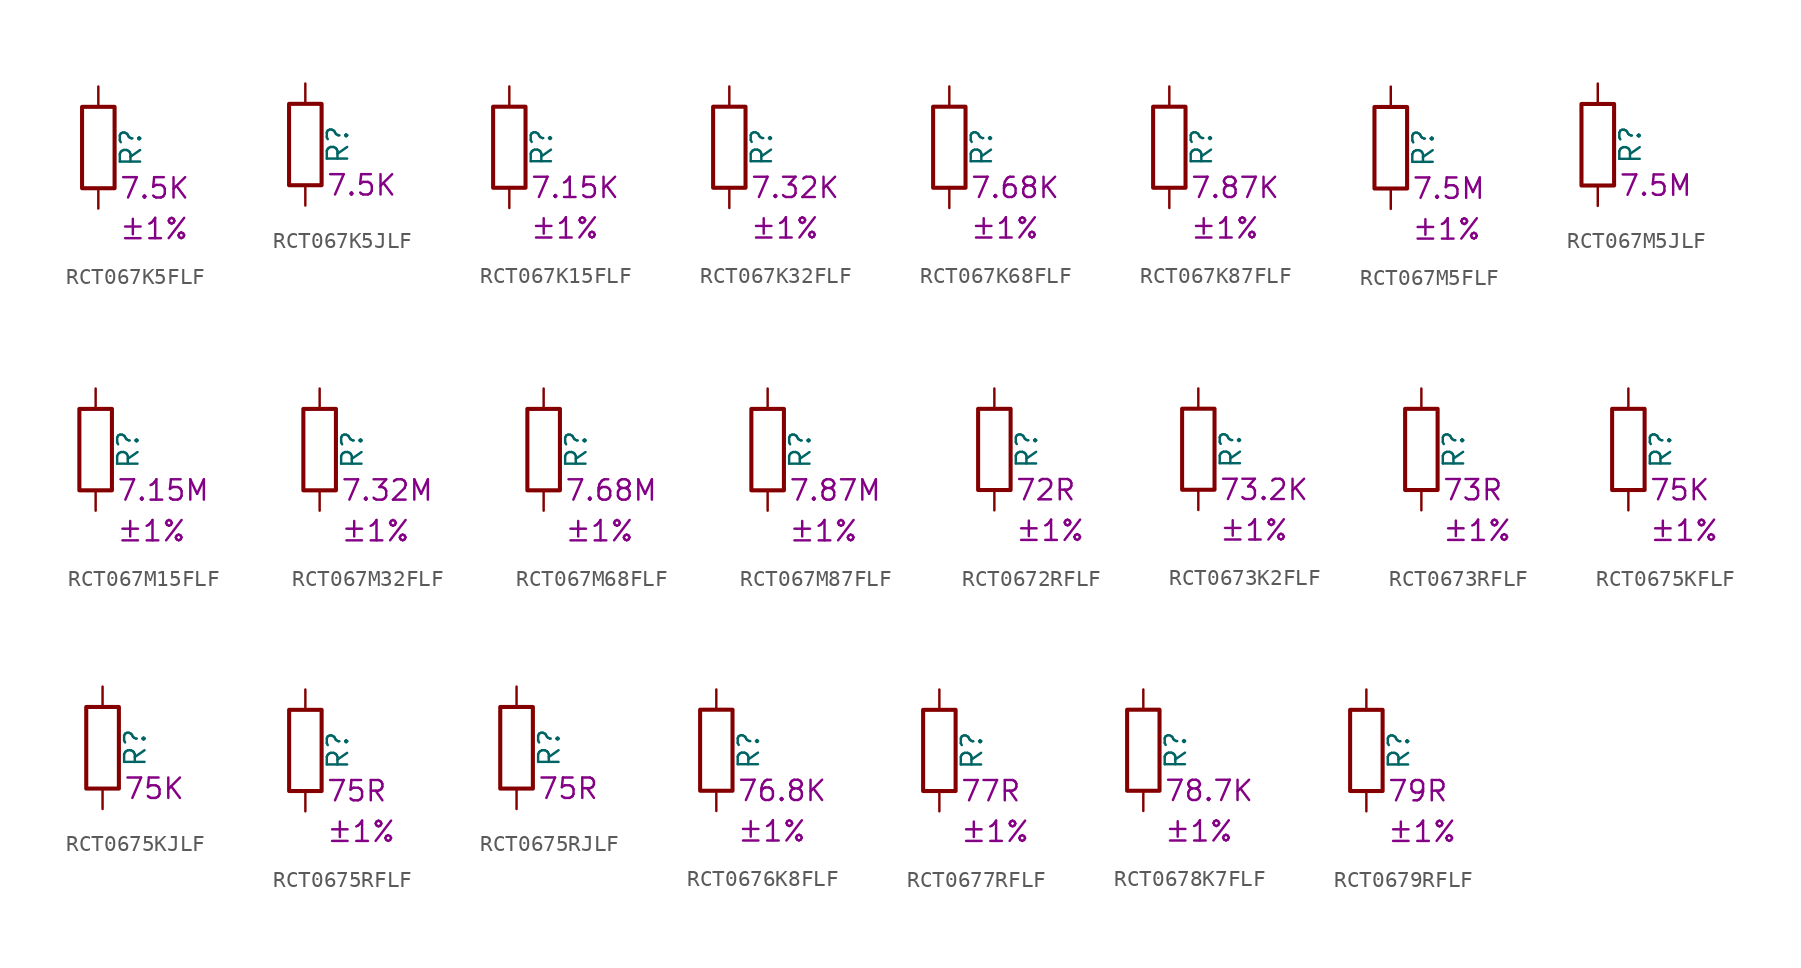
<source format=kicad_sym>
(kicad_symbol_lib
  (version 20220914)
  (generator kicad_symbol_editor)
  (symbol "RCT067K5FLF"
    (pin_numbers hide)
    (pin_names
      (offset 0))
    (property "Reference" "R"
      (at 2.032 0 90)
      (effects (font (size 1.27 1.27))))
    (property "Resistance" "7.5K"
      (at 1.27 -2.54 0)
      (effects (font (size 1.27 1.27)) (justify left)))
    (property "Tolerance" "±1%"
      (at 1.27 -5.08 0)
      (effects (font (size 1.27 1.27)) (justify left)))
    (symbol "RCT067K5FLF_0_1"
      (rectangle (start -1.016 -2.54) (end 1.016 2.54) (stroke (width 0.254) (type default)) (fill (type none))))
    (symbol "RCT067K5FLF_1_1"
      (pin passive line (at 0 3.81 270) (length 1.27) (name "~" (effects (font (size 1.27 1.27)))) (number "1" (effects (font (size 1.27 1.27)))))
      (pin passive line (at 0 -3.81 90) (length 1.27) (name "~" (effects (font (size 1.27 1.27)))) (number "2" (effects (font (size 1.27 1.27)))))))
  (symbol "RCT067K5JLF"
    (pin_numbers hide)
    (pin_names
      (offset 0))
    (property "Reference" "R"
      (at 2.032 0 90)
      (effects (font (size 1.27 1.27))))
    (property "Resistance" "7.5K"
      (at 1.27 -2.54 0)
      (effects (font (size 1.27 1.27)) (justify left)))
    (symbol "RCT067K5JLF_0_1"
      (rectangle (start -1.016 -2.54) (end 1.016 2.54) (stroke (width 0.254) (type default)) (fill (type none))))
    (symbol "RCT067K5JLF_1_1"
      (pin passive line (at 0 3.81 270) (length 1.27) (name "~" (effects (font (size 1.27 1.27)))) (number "1" (effects (font (size 1.27 1.27)))))
      (pin passive line (at 0 -3.81 90) (length 1.27) (name "~" (effects (font (size 1.27 1.27)))) (number "2" (effects (font (size 1.27 1.27)))))))
  (symbol "RCT067K15FLF"
    (pin_numbers hide)
    (pin_names
      (offset 0))
    (property "Reference" "R"
      (at 2.032 0 90)
      (effects (font (size 1.27 1.27))))
    (property "Resistance" "7.15K"
      (at 1.27 -2.54 0)
      (effects (font (size 1.27 1.27)) (justify left)))
    (property "Tolerance" "±1%"
      (at 1.27 -5.08 0)
      (effects (font (size 1.27 1.27)) (justify left)))
    (symbol "RCT067K15FLF_0_1"
      (rectangle (start -1.016 -2.54) (end 1.016 2.54) (stroke (width 0.254) (type default)) (fill (type none))))
    (symbol "RCT067K15FLF_1_1"
      (pin passive line (at 0 3.81 270) (length 1.27) (name "~" (effects (font (size 1.27 1.27)))) (number "1" (effects (font (size 1.27 1.27)))))
      (pin passive line (at 0 -3.81 90) (length 1.27) (name "~" (effects (font (size 1.27 1.27)))) (number "2" (effects (font (size 1.27 1.27)))))))
  (symbol "RCT067K32FLF"
    (pin_numbers hide)
    (pin_names
      (offset 0))
    (property "Reference" "R"
      (at 2.032 0 90)
      (effects (font (size 1.27 1.27))))
    (property "Resistance" "7.32K"
      (at 1.27 -2.54 0)
      (effects (font (size 1.27 1.27)) (justify left)))
    (property "Tolerance" "±1%"
      (at 1.27 -5.08 0)
      (effects (font (size 1.27 1.27)) (justify left)))
    (symbol "RCT067K32FLF_0_1"
      (rectangle (start -1.016 -2.54) (end 1.016 2.54) (stroke (width 0.254) (type default)) (fill (type none))))
    (symbol "RCT067K32FLF_1_1"
      (pin passive line (at 0 3.81 270) (length 1.27) (name "~" (effects (font (size 1.27 1.27)))) (number "1" (effects (font (size 1.27 1.27)))))
      (pin passive line (at 0 -3.81 90) (length 1.27) (name "~" (effects (font (size 1.27 1.27)))) (number "2" (effects (font (size 1.27 1.27)))))))
  (symbol "RCT067K68FLF"
    (pin_numbers hide)
    (pin_names
      (offset 0))
    (property "Reference" "R"
      (at 2.032 0 90)
      (effects (font (size 1.27 1.27))))
    (property "Resistance" "7.68K"
      (at 1.27 -2.54 0)
      (effects (font (size 1.27 1.27)) (justify left)))
    (property "Tolerance" "±1%"
      (at 1.27 -5.08 0)
      (effects (font (size 1.27 1.27)) (justify left)))
    (symbol "RCT067K68FLF_0_1"
      (rectangle (start -1.016 -2.54) (end 1.016 2.54) (stroke (width 0.254) (type default)) (fill (type none))))
    (symbol "RCT067K68FLF_1_1"
      (pin passive line (at 0 3.81 270) (length 1.27) (name "~" (effects (font (size 1.27 1.27)))) (number "1" (effects (font (size 1.27 1.27)))))
      (pin passive line (at 0 -3.81 90) (length 1.27) (name "~" (effects (font (size 1.27 1.27)))) (number "2" (effects (font (size 1.27 1.27)))))))
  (symbol "RCT067K87FLF"
    (pin_numbers hide)
    (pin_names
      (offset 0))
    (property "Reference" "R"
      (at 2.032 0 90)
      (effects (font (size 1.27 1.27))))
    (property "Resistance" "7.87K"
      (at 1.27 -2.54 0)
      (effects (font (size 1.27 1.27)) (justify left)))
    (property "Tolerance" "±1%"
      (at 1.27 -5.08 0)
      (effects (font (size 1.27 1.27)) (justify left)))
    (symbol "RCT067K87FLF_0_1"
      (rectangle (start -1.016 -2.54) (end 1.016 2.54) (stroke (width 0.254) (type default)) (fill (type none))))
    (symbol "RCT067K87FLF_1_1"
      (pin passive line (at 0 3.81 270) (length 1.27) (name "~" (effects (font (size 1.27 1.27)))) (number "1" (effects (font (size 1.27 1.27)))))
      (pin passive line (at 0 -3.81 90) (length 1.27) (name "~" (effects (font (size 1.27 1.27)))) (number "2" (effects (font (size 1.27 1.27)))))))
  (symbol "RCT067M5FLF"
    (pin_numbers hide)
    (pin_names
      (offset 0))
    (property "Reference" "R"
      (at 2.032 0 90)
      (effects (font (size 1.27 1.27))))
    (property "Resistance" "7.5M"
      (at 1.27 -2.54 0)
      (effects (font (size 1.27 1.27)) (justify left)))
    (property "Tolerance" "±1%"
      (at 1.27 -5.08 0)
      (effects (font (size 1.27 1.27)) (justify left)))
    (symbol "RCT067M5FLF_0_1"
      (rectangle (start -1.016 -2.54) (end 1.016 2.54) (stroke (width 0.254) (type default)) (fill (type none))))
    (symbol "RCT067M5FLF_1_1"
      (pin passive line (at 0 3.81 270) (length 1.27) (name "~" (effects (font (size 1.27 1.27)))) (number "1" (effects (font (size 1.27 1.27)))))
      (pin passive line (at 0 -3.81 90) (length 1.27) (name "~" (effects (font (size 1.27 1.27)))) (number "2" (effects (font (size 1.27 1.27)))))))
  (symbol "RCT067M5JLF"
    (pin_numbers hide)
    (pin_names
      (offset 0))
    (property "Reference" "R"
      (at 2.032 0 90)
      (effects (font (size 1.27 1.27))))
    (property "Resistance" "7.5M"
      (at 1.27 -2.54 0)
      (effects (font (size 1.27 1.27)) (justify left)))
    (symbol "RCT067M5JLF_0_1"
      (rectangle (start -1.016 -2.54) (end 1.016 2.54) (stroke (width 0.254) (type default)) (fill (type none))))
    (symbol "RCT067M5JLF_1_1"
      (pin passive line (at 0 3.81 270) (length 1.27) (name "~" (effects (font (size 1.27 1.27)))) (number "1" (effects (font (size 1.27 1.27)))))
      (pin passive line (at 0 -3.81 90) (length 1.27) (name "~" (effects (font (size 1.27 1.27)))) (number "2" (effects (font (size 1.27 1.27)))))))
  (symbol "RCT067M15FLF"
    (pin_numbers hide)
    (pin_names
      (offset 0))
    (property "Reference" "R"
      (at 2.032 0 90)
      (effects (font (size 1.27 1.27))))
    (property "Resistance" "7.15M"
      (at 1.27 -2.54 0)
      (effects (font (size 1.27 1.27)) (justify left)))
    (property "Tolerance" "±1%"
      (at 1.27 -5.08 0)
      (effects (font (size 1.27 1.27)) (justify left)))
    (symbol "RCT067M15FLF_0_1"
      (rectangle (start -1.016 -2.54) (end 1.016 2.54) (stroke (width 0.254) (type default)) (fill (type none))))
    (symbol "RCT067M15FLF_1_1"
      (pin passive line (at 0 3.81 270) (length 1.27) (name "~" (effects (font (size 1.27 1.27)))) (number "1" (effects (font (size 1.27 1.27)))))
      (pin passive line (at 0 -3.81 90) (length 1.27) (name "~" (effects (font (size 1.27 1.27)))) (number "2" (effects (font (size 1.27 1.27)))))))
  (symbol "RCT067M32FLF"
    (pin_numbers hide)
    (pin_names
      (offset 0))
    (property "Reference" "R"
      (at 2.032 0 90)
      (effects (font (size 1.27 1.27))))
    (property "Resistance" "7.32M"
      (at 1.27 -2.54 0)
      (effects (font (size 1.27 1.27)) (justify left)))
    (property "Tolerance" "±1%"
      (at 1.27 -5.08 0)
      (effects (font (size 1.27 1.27)) (justify left)))
    (symbol "RCT067M32FLF_0_1"
      (rectangle (start -1.016 -2.54) (end 1.016 2.54) (stroke (width 0.254) (type default)) (fill (type none))))
    (symbol "RCT067M32FLF_1_1"
      (pin passive line (at 0 3.81 270) (length 1.27) (name "~" (effects (font (size 1.27 1.27)))) (number "1" (effects (font (size 1.27 1.27)))))
      (pin passive line (at 0 -3.81 90) (length 1.27) (name "~" (effects (font (size 1.27 1.27)))) (number "2" (effects (font (size 1.27 1.27)))))))
  (symbol "RCT067M68FLF"
    (pin_numbers hide)
    (pin_names
      (offset 0))
    (property "Reference" "R"
      (at 2.032 0 90)
      (effects (font (size 1.27 1.27))))
    (property "Resistance" "7.68M"
      (at 1.27 -2.54 0)
      (effects (font (size 1.27 1.27)) (justify left)))
    (property "Tolerance" "±1%"
      (at 1.27 -5.08 0)
      (effects (font (size 1.27 1.27)) (justify left)))
    (symbol "RCT067M68FLF_0_1"
      (rectangle (start -1.016 -2.54) (end 1.016 2.54) (stroke (width 0.254) (type default)) (fill (type none))))
    (symbol "RCT067M68FLF_1_1"
      (pin passive line (at 0 3.81 270) (length 1.27) (name "~" (effects (font (size 1.27 1.27)))) (number "1" (effects (font (size 1.27 1.27)))))
      (pin passive line (at 0 -3.81 90) (length 1.27) (name "~" (effects (font (size 1.27 1.27)))) (number "2" (effects (font (size 1.27 1.27)))))))
  (symbol "RCT067M87FLF"
    (pin_numbers hide)
    (pin_names
      (offset 0))
    (property "Reference" "R"
      (at 2.032 0 90)
      (effects (font (size 1.27 1.27))))
    (property "Resistance" "7.87M"
      (at 1.27 -2.54 0)
      (effects (font (size 1.27 1.27)) (justify left)))
    (property "Tolerance" "±1%"
      (at 1.27 -5.08 0)
      (effects (font (size 1.27 1.27)) (justify left)))
    (symbol "RCT067M87FLF_0_1"
      (rectangle (start -1.016 -2.54) (end 1.016 2.54) (stroke (width 0.254) (type default)) (fill (type none))))
    (symbol "RCT067M87FLF_1_1"
      (pin passive line (at 0 3.81 270) (length 1.27) (name "~" (effects (font (size 1.27 1.27)))) (number "1" (effects (font (size 1.27 1.27)))))
      (pin passive line (at 0 -3.81 90) (length 1.27) (name "~" (effects (font (size 1.27 1.27)))) (number "2" (effects (font (size 1.27 1.27)))))))
  (symbol "RCT0672RFLF"
    (pin_numbers hide)
    (pin_names
      (offset 0))
    (property "Reference" "R"
      (at 2.032 0 90)
      (effects (font (size 1.27 1.27))))
    (property "Resistance" "72R"
      (at 1.27 -2.54 0)
      (effects (font (size 1.27 1.27)) (justify left)))
    (property "Tolerance" "±1%"
      (at 1.27 -5.08 0)
      (effects (font (size 1.27 1.27)) (justify left)))
    (symbol "RCT0672RFLF_0_1"
      (rectangle (start -1.016 -2.54) (end 1.016 2.54) (stroke (width 0.254) (type default)) (fill (type none))))
    (symbol "RCT0672RFLF_1_1"
      (pin passive line (at 0 3.81 270) (length 1.27) (name "~" (effects (font (size 1.27 1.27)))) (number "1" (effects (font (size 1.27 1.27)))))
      (pin passive line (at 0 -3.81 90) (length 1.27) (name "~" (effects (font (size 1.27 1.27)))) (number "2" (effects (font (size 1.27 1.27)))))))
  (symbol "RCT0673K2FLF"
    (pin_numbers hide)
    (pin_names
      (offset 0))
    (property "Reference" "R"
      (at 2.032 0 90)
      (effects (font (size 1.27 1.27))))
    (property "Resistance" "73.2K"
      (at 1.27 -2.54 0)
      (effects (font (size 1.27 1.27)) (justify left)))
    (property "Tolerance" "±1%"
      (at 1.27 -5.08 0)
      (effects (font (size 1.27 1.27)) (justify left)))
    (symbol "RCT0673K2FLF_0_1"
      (rectangle (start -1.016 -2.54) (end 1.016 2.54) (stroke (width 0.254) (type default)) (fill (type none))))
    (symbol "RCT0673K2FLF_1_1"
      (pin passive line (at 0 3.81 270) (length 1.27) (name "~" (effects (font (size 1.27 1.27)))) (number "1" (effects (font (size 1.27 1.27)))))
      (pin passive line (at 0 -3.81 90) (length 1.27) (name "~" (effects (font (size 1.27 1.27)))) (number "2" (effects (font (size 1.27 1.27)))))))
  (symbol "RCT0673RFLF"
    (pin_numbers hide)
    (pin_names
      (offset 0))
    (property "Reference" "R"
      (at 2.032 0 90)
      (effects (font (size 1.27 1.27))))
    (property "Resistance" "73R"
      (at 1.27 -2.54 0)
      (effects (font (size 1.27 1.27)) (justify left)))
    (property "Tolerance" "±1%"
      (at 1.27 -5.08 0)
      (effects (font (size 1.27 1.27)) (justify left)))
    (symbol "RCT0673RFLF_0_1"
      (rectangle (start -1.016 -2.54) (end 1.016 2.54) (stroke (width 0.254) (type default)) (fill (type none))))
    (symbol "RCT0673RFLF_1_1"
      (pin passive line (at 0 3.81 270) (length 1.27) (name "~" (effects (font (size 1.27 1.27)))) (number "1" (effects (font (size 1.27 1.27)))))
      (pin passive line (at 0 -3.81 90) (length 1.27) (name "~" (effects (font (size 1.27 1.27)))) (number "2" (effects (font (size 1.27 1.27)))))))
  (symbol "RCT0675KFLF"
    (pin_numbers hide)
    (pin_names
      (offset 0))
    (property "Reference" "R"
      (at 2.032 0 90)
      (effects (font (size 1.27 1.27))))
    (property "Resistance" "75K"
      (at 1.27 -2.54 0)
      (effects (font (size 1.27 1.27)) (justify left)))
    (property "Tolerance" "±1%"
      (at 1.27 -5.08 0)
      (effects (font (size 1.27 1.27)) (justify left)))
    (symbol "RCT0675KFLF_0_1"
      (rectangle (start -1.016 -2.54) (end 1.016 2.54) (stroke (width 0.254) (type default)) (fill (type none))))
    (symbol "RCT0675KFLF_1_1"
      (pin passive line (at 0 3.81 270) (length 1.27) (name "~" (effects (font (size 1.27 1.27)))) (number "1" (effects (font (size 1.27 1.27)))))
      (pin passive line (at 0 -3.81 90) (length 1.27) (name "~" (effects (font (size 1.27 1.27)))) (number "2" (effects (font (size 1.27 1.27)))))))
  (symbol "RCT0675KJLF"
    (pin_numbers hide)
    (pin_names
      (offset 0))
    (property "Reference" "R"
      (at 2.032 0 90)
      (effects (font (size 1.27 1.27))))
    (property "Resistance" "75K"
      (at 1.27 -2.54 0)
      (effects (font (size 1.27 1.27)) (justify left)))
    (symbol "RCT0675KJLF_0_1"
      (rectangle (start -1.016 -2.54) (end 1.016 2.54) (stroke (width 0.254) (type default)) (fill (type none))))
    (symbol "RCT0675KJLF_1_1"
      (pin passive line (at 0 3.81 270) (length 1.27) (name "~" (effects (font (size 1.27 1.27)))) (number "1" (effects (font (size 1.27 1.27)))))
      (pin passive line (at 0 -3.81 90) (length 1.27) (name "~" (effects (font (size 1.27 1.27)))) (number "2" (effects (font (size 1.27 1.27)))))))
  (symbol "RCT0675RFLF"
    (pin_numbers hide)
    (pin_names
      (offset 0))
    (property "Reference" "R"
      (at 2.032 0 90)
      (effects (font (size 1.27 1.27))))
    (property "Resistance" "75R"
      (at 1.27 -2.54 0)
      (effects (font (size 1.27 1.27)) (justify left)))
    (property "Tolerance" "±1%"
      (at 1.27 -5.08 0)
      (effects (font (size 1.27 1.27)) (justify left)))
    (symbol "RCT0675RFLF_0_1"
      (rectangle (start -1.016 -2.54) (end 1.016 2.54) (stroke (width 0.254) (type default)) (fill (type none))))
    (symbol "RCT0675RFLF_1_1"
      (pin passive line (at 0 3.81 270) (length 1.27) (name "~" (effects (font (size 1.27 1.27)))) (number "1" (effects (font (size 1.27 1.27)))))
      (pin passive line (at 0 -3.81 90) (length 1.27) (name "~" (effects (font (size 1.27 1.27)))) (number "2" (effects (font (size 1.27 1.27)))))))
  (symbol "RCT0675RJLF"
    (pin_numbers hide)
    (pin_names
      (offset 0))
    (property "Reference" "R"
      (at 2.032 0 90)
      (effects (font (size 1.27 1.27))))
    (property "Resistance" "75R"
      (at 1.27 -2.54 0)
      (effects (font (size 1.27 1.27)) (justify left)))
    (symbol "RCT0675RJLF_0_1"
      (rectangle (start -1.016 -2.54) (end 1.016 2.54) (stroke (width 0.254) (type default)) (fill (type none))))
    (symbol "RCT0675RJLF_1_1"
      (pin passive line (at 0 3.81 270) (length 1.27) (name "~" (effects (font (size 1.27 1.27)))) (number "1" (effects (font (size 1.27 1.27)))))
      (pin passive line (at 0 -3.81 90) (length 1.27) (name "~" (effects (font (size 1.27 1.27)))) (number "2" (effects (font (size 1.27 1.27)))))))
  (symbol "RCT0676K8FLF"
    (pin_numbers hide)
    (pin_names
      (offset 0))
    (property "Reference" "R"
      (at 2.032 0 90)
      (effects (font (size 1.27 1.27))))
    (property "Resistance" "76.8K"
      (at 1.27 -2.54 0)
      (effects (font (size 1.27 1.27)) (justify left)))
    (property "Tolerance" "±1%"
      (at 1.27 -5.08 0)
      (effects (font (size 1.27 1.27)) (justify left)))
    (symbol "RCT0676K8FLF_0_1"
      (rectangle (start -1.016 -2.54) (end 1.016 2.54) (stroke (width 0.254) (type default)) (fill (type none))))
    (symbol "RCT0676K8FLF_1_1"
      (pin passive line (at 0 3.81 270) (length 1.27) (name "~" (effects (font (size 1.27 1.27)))) (number "1" (effects (font (size 1.27 1.27)))))
      (pin passive line (at 0 -3.81 90) (length 1.27) (name "~" (effects (font (size 1.27 1.27)))) (number "2" (effects (font (size 1.27 1.27)))))))
  (symbol "RCT0677RFLF"
    (pin_numbers hide)
    (pin_names
      (offset 0))
    (property "Reference" "R"
      (at 2.032 0 90)
      (effects (font (size 1.27 1.27))))
    (property "Resistance" "77R"
      (at 1.27 -2.54 0)
      (effects (font (size 1.27 1.27)) (justify left)))
    (property "Tolerance" "±1%"
      (at 1.27 -5.08 0)
      (effects (font (size 1.27 1.27)) (justify left)))
    (symbol "RCT0677RFLF_0_1"
      (rectangle (start -1.016 -2.54) (end 1.016 2.54) (stroke (width 0.254) (type default)) (fill (type none))))
    (symbol "RCT0677RFLF_1_1"
      (pin passive line (at 0 3.81 270) (length 1.27) (name "~" (effects (font (size 1.27 1.27)))) (number "1" (effects (font (size 1.27 1.27)))))
      (pin passive line (at 0 -3.81 90) (length 1.27) (name "~" (effects (font (size 1.27 1.27)))) (number "2" (effects (font (size 1.27 1.27)))))))
  (symbol "RCT0678K7FLF"
    (pin_numbers hide)
    (pin_names
      (offset 0))
    (property "Reference" "R"
      (at 2.032 0 90)
      (effects (font (size 1.27 1.27))))
    (property "Resistance" "78.7K"
      (at 1.27 -2.54 0)
      (effects (font (size 1.27 1.27)) (justify left)))
    (property "Tolerance" "±1%"
      (at 1.27 -5.08 0)
      (effects (font (size 1.27 1.27)) (justify left)))
    (symbol "RCT0678K7FLF_0_1"
      (rectangle (start -1.016 -2.54) (end 1.016 2.54) (stroke (width 0.254) (type default)) (fill (type none))))
    (symbol "RCT0678K7FLF_1_1"
      (pin passive line (at 0 3.81 270) (length 1.27) (name "~" (effects (font (size 1.27 1.27)))) (number "1" (effects (font (size 1.27 1.27)))))
      (pin passive line (at 0 -3.81 90) (length 1.27) (name "~" (effects (font (size 1.27 1.27)))) (number "2" (effects (font (size 1.27 1.27)))))))
  (symbol "RCT0679RFLF"
    (pin_numbers hide)
    (pin_names
      (offset 0))
    (property "Reference" "R"
      (at 2.032 0 90)
      (effects (font (size 1.27 1.27))))
    (property "Resistance" "79R"
      (at 1.27 -2.54 0)
      (effects (font (size 1.27 1.27)) (justify left)))
    (property "Tolerance" "±1%"
      (at 1.27 -5.08 0)
      (effects (font (size 1.27 1.27)) (justify left)))
    (symbol "RCT0679RFLF_0_1"
      (rectangle (start -1.016 -2.54) (end 1.016 2.54) (stroke (width 0.254) (type default)) (fill (type none))))
    (symbol "RCT0679RFLF_1_1"
      (pin passive line (at 0 3.81 270) (length 1.27) (name "~" (effects (font (size 1.27 1.27)))) (number "1" (effects (font (size 1.27 1.27)))))
      (pin passive line (at 0 -3.81 90) (length 1.27) (name "~" (effects (font (size 1.27 1.27)))) (number "2" (effects (font (size 1.27 1.27))))))))
</source>
